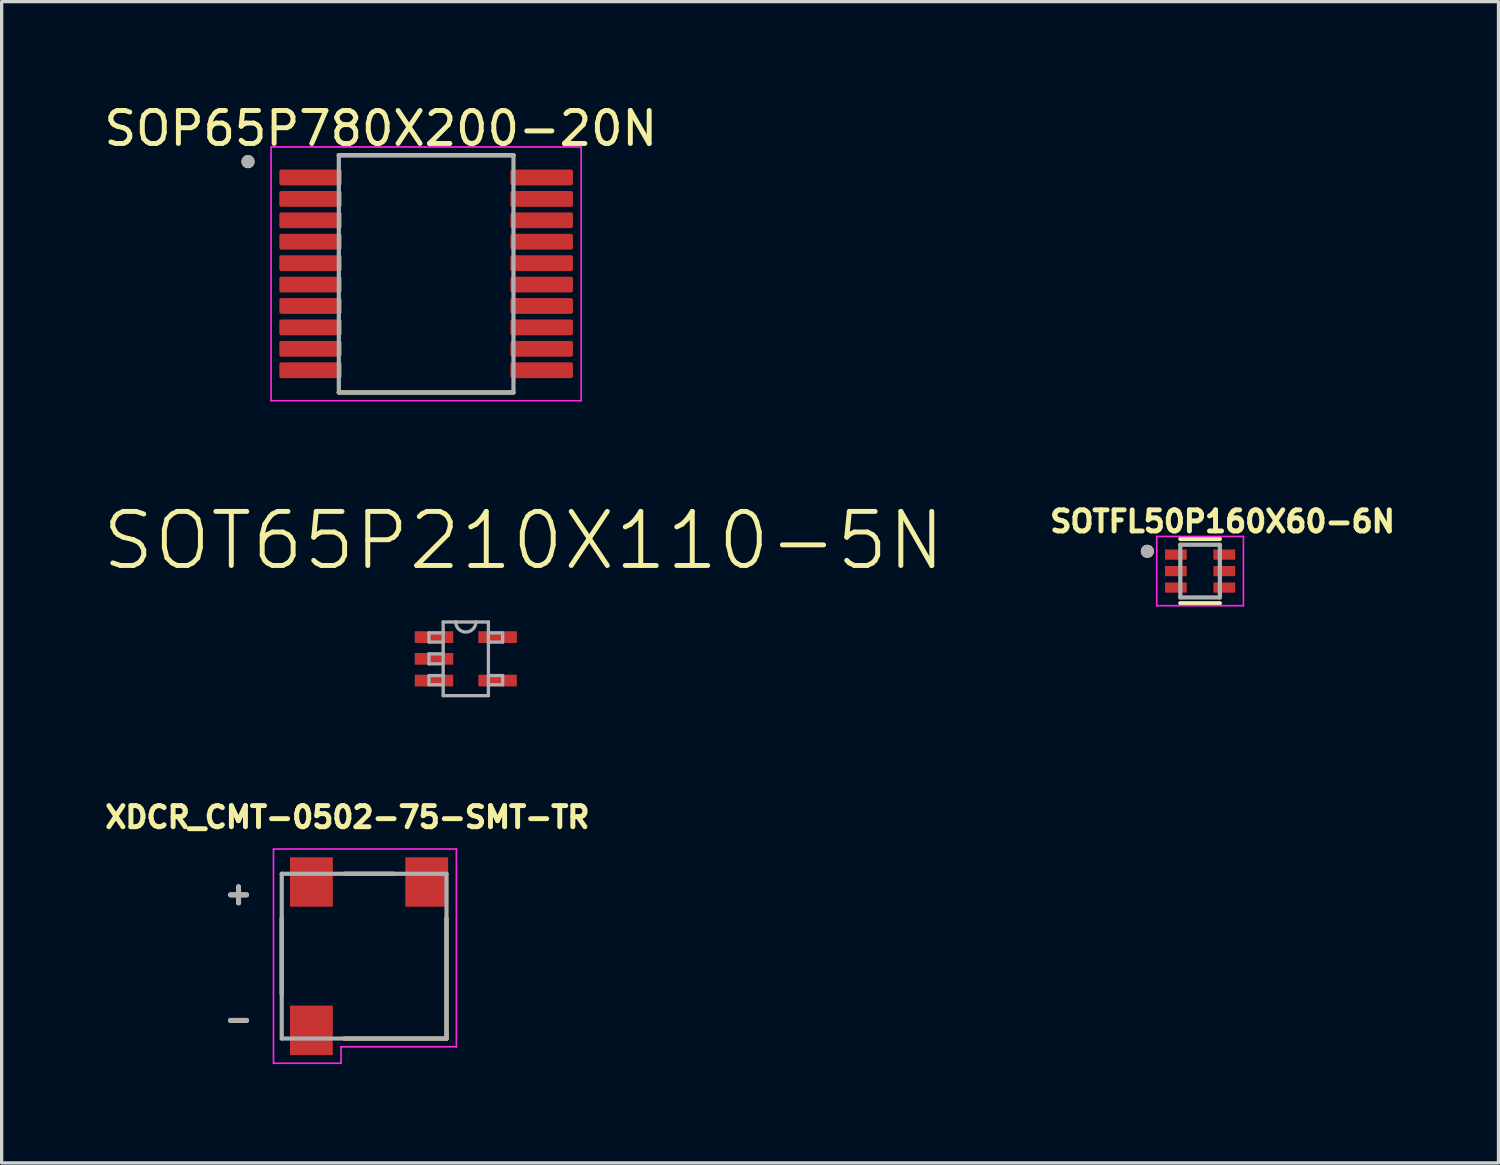
<source format=kicad_pcb>
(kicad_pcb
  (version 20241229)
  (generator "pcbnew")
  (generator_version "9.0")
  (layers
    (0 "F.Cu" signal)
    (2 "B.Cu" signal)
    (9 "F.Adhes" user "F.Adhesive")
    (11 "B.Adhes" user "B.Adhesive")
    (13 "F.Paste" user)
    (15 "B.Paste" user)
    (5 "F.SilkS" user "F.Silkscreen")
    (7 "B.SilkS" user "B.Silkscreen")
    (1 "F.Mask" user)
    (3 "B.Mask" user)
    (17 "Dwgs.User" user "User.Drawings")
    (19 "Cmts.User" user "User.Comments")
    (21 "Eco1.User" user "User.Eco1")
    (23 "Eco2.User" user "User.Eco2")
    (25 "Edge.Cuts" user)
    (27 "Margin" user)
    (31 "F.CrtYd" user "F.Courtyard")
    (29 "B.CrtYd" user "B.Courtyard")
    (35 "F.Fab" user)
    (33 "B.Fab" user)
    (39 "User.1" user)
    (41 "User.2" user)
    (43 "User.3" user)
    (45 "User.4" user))
  (footprint "SOTFL50P160X60-6N"
    (layer "F.Cu")
    (at 33.366 14.279)
    (property "Reference" "SOTFL50P160X60-6N" (at 0.682 -1.506 0) (layer "F.SilkS") (effects (font (size 0.64 0.64) (thickness 0.15))))
    (attr smd)
    (fp_line (start -0.6 -0.975) (end 0.6 -0.975) (stroke (width 0.127) (type solid)) (layer "F.SilkS"))
    (fp_line (start -0.6 0.975) (end 0.6 0.975) (stroke (width 0.127) (type solid)) (layer "F.SilkS"))
    (fp_circle (center -1.6 -0.6) (end -1.5 -0.6) (stroke (width 0.2) (type solid)) (fill no) (layer "F.SilkS"))
    (fp_line (start -1.315 -1.05) (end 1.315 -1.05) (stroke (width 0.05) (type solid)) (layer "F.CrtYd"))
    (fp_line (start -1.315 1.05) (end -1.315 -1.05) (stroke (width 0.05) (type solid)) (layer "F.CrtYd"))
    (fp_line (start 1.315 -1.05) (end 1.315 1.05) (stroke (width 0.05) (type solid)) (layer "F.CrtYd"))
    (fp_line (start 1.315 1.05) (end -1.315 1.05) (stroke (width 0.05) (type solid)) (layer "F.CrtYd"))
    (fp_line (start -0.6 -0.8) (end 0.6 -0.8) (stroke (width 0.127) (type solid)) (layer "F.Fab"))
    (fp_line (start -0.6 0.8) (end -0.6 -0.8) (stroke (width 0.127) (type solid)) (layer "F.Fab"))
    (fp_line (start 0.6 -0.8) (end 0.6 0.8) (stroke (width 0.127) (type solid)) (layer "F.Fab"))
    (fp_line (start 0.6 0.8) (end -0.6 0.8) (stroke (width 0.127) (type solid)) (layer "F.Fab"))
    (fp_circle (center -1.6 -0.6) (end -1.5 -0.6) (stroke (width 0.2) (type solid)) (fill no) (layer "F.Fab"))
    (pad "1" smd rect (at -0.735 -0.5) (size 0.66 0.31) (layers "F.Cu" "F.Mask" "F.Paste"))
    (pad "2" smd rect (at -0.735 0) (size 0.66 0.31) (layers "F.Cu" "F.Mask" "F.Paste"))
    (pad "3" smd rect (at -0.735 0.5) (size 0.66 0.31) (layers "F.Cu" "F.Mask" "F.Paste"))
    (pad "4" smd rect (at 0.735 0.5) (size 0.66 0.31) (layers "F.Cu" "F.Mask" "F.Paste"))
    (pad "5" smd rect (at 0.735 0) (size 0.66 0.31) (layers "F.Cu" "F.Mask" "F.Paste"))
    (pad "6" smd rect (at 0.735 -0.5) (size 0.66 0.31) (layers "F.Cu" "F.Mask" "F.Paste")))
  (footprint "XDCR_CMT-0502-75-SMT-TR"
    (layer "F.Cu")
    (at 7.999 25.964)
    (property "Reference" "XDCR_CMT-0502-75-SMT-TR" (at -0.508 -4.216 0) (layer "F.SilkS") (effects (font (size 0.64 0.64) (thickness 0.15))))
    (attr smd)
    (fp_line (start -2.5 -1.15) (end -2.5 1.15) (stroke (width 0.127) (type solid)) (layer "F.SilkS"))
    (fp_line (start -0.6 -2.5) (end 0.9 -2.5) (stroke (width 0.127) (type solid)) (layer "F.SilkS"))
    (fp_line (start -0.6 2.5) (end 2.5 2.5) (stroke (width 0.127) (type solid)) (layer "F.SilkS"))
    (fp_line (start 2.5 2.5) (end 2.5 -1.15) (stroke (width 0.127) (type solid)) (layer "F.SilkS"))
    (fp_line (start -2.75 -3.25) (end -2.75 3.25) (stroke (width 0.05) (type solid)) (layer "F.CrtYd"))
    (fp_line (start -2.75 3.25) (end -0.7 3.25) (stroke (width 0.05) (type solid)) (layer "F.CrtYd"))
    (fp_line (start -0.7 2.75) (end 2.8 2.75) (stroke (width 0.05) (type solid)) (layer "F.CrtYd"))
    (fp_line (start -0.7 3.25) (end -0.7 2.75) (stroke (width 0.05) (type solid)) (layer "F.CrtYd"))
    (fp_line (start 2.8 -3.25) (end -2.75 -3.25) (stroke (width 0.05) (type solid)) (layer "F.CrtYd"))
    (fp_line (start 2.8 2.75) (end 2.8 -3.25) (stroke (width 0.05) (type solid)) (layer "F.CrtYd"))
    (fp_line (start -2.5 -2.5) (end -2.5 2.5) (stroke (width 0.127) (type solid)) (layer "F.Fab"))
    (fp_line (start -2.5 2.5) (end 2.5 2.5) (stroke (width 0.127) (type solid)) (layer "F.Fab"))
    (fp_line (start 2.5 -2.5) (end -2.5 -2.5) (stroke (width 0.127) (type solid)) (layer "F.Fab"))
    (fp_line (start 2.5 2.5) (end 2.5 -2.5) (stroke (width 0.127) (type solid)) (layer "F.Fab"))
    (fp_text user "+" (at -3.81 -1.905 0) (layer "F.SilkS") (effects (font (size 0.64 0.64) (thickness 0.15))))
    (fp_text user "-" (at -3.81 1.905 0) (layer "F.SilkS") (effects (font (size 0.64 0.64) (thickness 0.15))))
    (fp_text user "+" (at -3.81 -1.905 0) (layer "F.Fab") (effects (font (size 0.64 0.64) (thickness 0.15))))
    (fp_text user "-" (at -3.81 1.905 0) (layer "F.Fab") (effects (font (size 0.64 0.64) (thickness 0.15))))
    (pad "1" smd rect (at 1.9 -2.25) (size 1.3 1.5) (layers "F.Cu" "F.Mask" "F.Paste"))
    (pad "N" smd rect (at -1.6 2.25) (size 1.3 1.5) (layers "F.Cu" "F.Mask" "F.Paste"))
    (pad "P" smd rect (at -1.6 -2.25) (size 1.3 1.5) (layers "F.Cu" "F.Mask" "F.Paste")))
  (footprint "SOP65P780X200-20N"
    (layer "F.Cu")
    (at 9.881 5.26)
    (property "Reference" "SOP65P780X200-20N" (at -1.375 -4.412 0) (layer "F.SilkS") (effects (font (size 1 1) (thickness 0.15))))
    (attr smd)
    (fp_line (start -2.65 -3.6) (end 2.65 -3.6) (stroke (width 0.127) (type solid)) (layer "F.SilkS"))
    (fp_line (start -2.65 3.6) (end 2.65 3.6) (stroke (width 0.127) (type solid)) (layer "F.SilkS"))
    (fp_circle (center -5.405 -3.405) (end -5.305 -3.405) (stroke (width 0.2) (type solid)) (fill no) (layer "F.SilkS"))
    (fp_line (start -4.705 -3.85) (end -4.705 3.85) (stroke (width 0.05) (type solid)) (layer "F.CrtYd"))
    (fp_line (start -4.705 -3.85) (end 4.705 -3.85) (stroke (width 0.05) (type solid)) (layer "F.CrtYd"))
    (fp_line (start -4.705 3.85) (end 4.705 3.85) (stroke (width 0.05) (type solid)) (layer "F.CrtYd"))
    (fp_line (start 4.705 -3.85) (end 4.705 3.85) (stroke (width 0.05) (type solid)) (layer "F.CrtYd"))
    (fp_line (start -2.65 -3.6) (end -2.65 3.6) (stroke (width 0.127) (type solid)) (layer "F.Fab"))
    (fp_line (start -2.65 -3.6) (end 2.65 -3.6) (stroke (width 0.127) (type solid)) (layer "F.Fab"))
    (fp_line (start -2.65 3.6) (end 2.65 3.6) (stroke (width 0.127) (type solid)) (layer "F.Fab"))
    (fp_line (start 2.65 -3.6) (end 2.65 3.6) (stroke (width 0.127) (type solid)) (layer "F.Fab"))
    (fp_circle (center -5.405 -3.405) (end -5.305 -3.405) (stroke (width 0.2) (type solid)) (fill no) (layer "F.Fab"))
    (pad "1" smd roundrect (at -3.505 -2.925) (size 1.9 0.48) (layers "F.Cu" "F.Mask" "F.Paste") (roundrect_rratio 0.125))
    (pad "2" smd roundrect (at -3.505 -2.275) (size 1.9 0.48) (layers "F.Cu" "F.Mask" "F.Paste") (roundrect_rratio 0.125))
    (pad "3" smd roundrect (at -3.505 -1.625) (size 1.9 0.48) (layers "F.Cu" "F.Mask" "F.Paste") (roundrect_rratio 0.125))
    (pad "4" smd roundrect (at -3.505 -0.975) (size 1.9 0.48) (layers "F.Cu" "F.Mask" "F.Paste") (roundrect_rratio 0.125))
    (pad "5" smd roundrect (at -3.505 -0.325) (size 1.9 0.48) (layers "F.Cu" "F.Mask" "F.Paste") (roundrect_rratio 0.125))
    (pad "6" smd roundrect (at -3.505 0.325) (size 1.9 0.48) (layers "F.Cu" "F.Mask" "F.Paste") (roundrect_rratio 0.125))
    (pad "7" smd roundrect (at -3.505 0.975) (size 1.9 0.48) (layers "F.Cu" "F.Mask" "F.Paste") (roundrect_rratio 0.125))
    (pad "8" smd roundrect (at -3.505 1.625) (size 1.9 0.48) (layers "F.Cu" "F.Mask" "F.Paste") (roundrect_rratio 0.125))
    (pad "9" smd roundrect (at -3.505 2.275) (size 1.9 0.48) (layers "F.Cu" "F.Mask" "F.Paste") (roundrect_rratio 0.125))
    (pad "10" smd roundrect (at -3.505 2.925) (size 1.9 0.48) (layers "F.Cu" "F.Mask" "F.Paste") (roundrect_rratio 0.125))
    (pad "11" smd roundrect (at 3.505 2.925) (size 1.9 0.48) (layers "F.Cu" "F.Mask" "F.Paste") (roundrect_rratio 0.125))
    (pad "12" smd roundrect (at 3.505 2.275) (size 1.9 0.48) (layers "F.Cu" "F.Mask" "F.Paste") (roundrect_rratio 0.125))
    (pad "13" smd roundrect (at 3.505 1.625) (size 1.9 0.48) (layers "F.Cu" "F.Mask" "F.Paste") (roundrect_rratio 0.125))
    (pad "14" smd roundrect (at 3.505 0.975) (size 1.9 0.48) (layers "F.Cu" "F.Mask" "F.Paste") (roundrect_rratio 0.125))
    (pad "15" smd roundrect (at 3.505 0.325) (size 1.9 0.48) (layers "F.Cu" "F.Mask" "F.Paste") (roundrect_rratio 0.125))
    (pad "16" smd roundrect (at 3.505 -0.325) (size 1.9 0.48) (layers "F.Cu" "F.Mask" "F.Paste") (roundrect_rratio 0.125))
    (pad "17" smd roundrect (at 3.505 -0.975) (size 1.9 0.48) (layers "F.Cu" "F.Mask" "F.Paste") (roundrect_rratio 0.125))
    (pad "18" smd roundrect (at 3.505 -1.625) (size 1.9 0.48) (layers "F.Cu" "F.Mask" "F.Paste") (roundrect_rratio 0.125))
    (pad "19" smd roundrect (at 3.505 -2.275) (size 1.9 0.48) (layers "F.Cu" "F.Mask" "F.Paste") (roundrect_rratio 0.125))
    (pad "20" smd roundrect (at 3.505 -2.925) (size 1.9 0.48) (layers "F.Cu" "F.Mask" "F.Paste") (roundrect_rratio 0.125)))
  (footprint "SOT65P210X110-5N"
    (layer "F.Cu")
    (at 11.084 16.942)
    (property "Reference" "SOT65P210X110-5N" (at 1.754 -3.584 0) (layer "F.SilkS") (effects (font (size 1.641 1.641) (thickness 0.15))))
    (attr smd)
    (fp_line (start -1.118 -0.787) (end -1.118 -0.508) (stroke (width 0.1) (type solid)) (layer "F.Fab"))
    (fp_line (start -1.118 -0.508) (end -0.686 -0.508) (stroke (width 0.1) (type solid)) (layer "F.Fab"))
    (fp_line (start -1.118 -0.152) (end -1.118 0.152) (stroke (width 0.1) (type solid)) (layer "F.Fab"))
    (fp_line (start -1.118 0.152) (end -0.686 0.152) (stroke (width 0.1) (type solid)) (layer "F.Fab"))
    (fp_line (start -1.118 0.508) (end -1.118 0.787) (stroke (width 0.1) (type solid)) (layer "F.Fab"))
    (fp_line (start -1.118 0.787) (end -0.686 0.787) (stroke (width 0.1) (type solid)) (layer "F.Fab"))
    (fp_line (start -0.686 -1.118) (end -0.686 -0.787) (stroke (width 0.1) (type solid)) (layer "F.Fab"))
    (fp_line (start -0.686 -0.787) (end -1.118 -0.787) (stroke (width 0.1) (type solid)) (layer "F.Fab"))
    (fp_line (start -0.686 -0.787) (end -0.686 -0.508) (stroke (width 0.1) (type solid)) (layer "F.Fab"))
    (fp_line (start -0.686 -0.508) (end -0.686 -0.152) (stroke (width 0.1) (type solid)) (layer "F.Fab"))
    (fp_line (start -0.686 -0.152) (end -1.118 -0.152) (stroke (width 0.1) (type solid)) (layer "F.Fab"))
    (fp_line (start -0.686 -0.152) (end -0.686 0.152) (stroke (width 0.1) (type solid)) (layer "F.Fab"))
    (fp_line (start -0.686 0.152) (end -0.686 0.508) (stroke (width 0.1) (type solid)) (layer "F.Fab"))
    (fp_line (start -0.686 0.508) (end -1.118 0.508) (stroke (width 0.1) (type solid)) (layer "F.Fab"))
    (fp_line (start -0.686 0.508) (end -0.686 0.787) (stroke (width 0.1) (type solid)) (layer "F.Fab"))
    (fp_line (start -0.686 0.787) (end -0.686 1.118) (stroke (width 0.1) (type solid)) (layer "F.Fab"))
    (fp_line (start -0.686 1.118) (end 0.686 1.118) (stroke (width 0.1) (type solid)) (layer "F.Fab"))
    (fp_line (start -0.305 -1.118) (end -0.686 -1.118) (stroke (width 0.1) (type solid)) (layer "F.Fab"))
    (fp_line (start 0.305 -1.118) (end -0.305 -1.118) (stroke (width 0.1) (type solid)) (layer "F.Fab"))
    (fp_line (start 0.686 -1.118) (end 0.305 -1.118) (stroke (width 0.1) (type solid)) (layer "F.Fab"))
    (fp_line (start 0.686 -0.787) (end 0.686 -1.118) (stroke (width 0.1) (type solid)) (layer "F.Fab"))
    (fp_line (start 0.686 -0.508) (end 0.686 -0.787) (stroke (width 0.1) (type solid)) (layer "F.Fab"))
    (fp_line (start 0.686 -0.508) (end 1.118 -0.508) (stroke (width 0.1) (type solid)) (layer "F.Fab"))
    (fp_line (start 0.686 0.508) (end 0.686 -0.508) (stroke (width 0.1) (type solid)) (layer "F.Fab"))
    (fp_line (start 0.686 0.787) (end 0.686 0.508) (stroke (width 0.1) (type solid)) (layer "F.Fab"))
    (fp_line (start 0.686 0.787) (end 1.118 0.787) (stroke (width 0.1) (type solid)) (layer "F.Fab"))
    (fp_line (start 0.686 1.118) (end 0.686 0.787) (stroke (width 0.1) (type solid)) (layer "F.Fab"))
    (fp_line (start 1.118 -0.787) (end 0.686 -0.787) (stroke (width 0.1) (type solid)) (layer "F.Fab"))
    (fp_line (start 1.118 -0.508) (end 1.118 -0.787) (stroke (width 0.1) (type solid)) (layer "F.Fab"))
    (fp_line (start 1.118 0.508) (end 0.686 0.508) (stroke (width 0.1) (type solid)) (layer "F.Fab"))
    (fp_line (start 1.118 0.787) (end 1.118 0.508) (stroke (width 0.1) (type solid)) (layer "F.Fab"))
    (fp_arc (start 0.3048 -1.1176) (mid 0 -0.8128) (end -0.3048 -1.1176) (stroke (width 0.1) (type solid)) (layer "F.Fab"))
    (pad "1" smd rect (at -0.965 -0.66) (size 1.168 0.356) (layers "F.Cu" "F.Mask" "F.Paste"))
    (pad "2" smd rect (at -0.965 0) (size 1.168 0.356) (layers "F.Cu" "F.Mask" "F.Paste"))
    (pad "3" smd rect (at -0.965 0.66) (size 1.168 0.356) (layers "F.Cu" "F.Mask" "F.Paste"))
    (pad "4" smd rect (at 0.965 0.66) (size 1.168 0.356) (layers "F.Cu" "F.Mask" "F.Paste"))
    (pad "5" smd rect (at 0.965 -0.66) (size 1.168 0.356) (layers "F.Cu" "F.Mask" "F.Paste")))
  (gr_rect
    (start -3 -3)
    (end 42.421 32.239)
    (stroke (width 0.1) (type default))
    (fill no)
    (layer "Edge.Cuts")))
</source>
